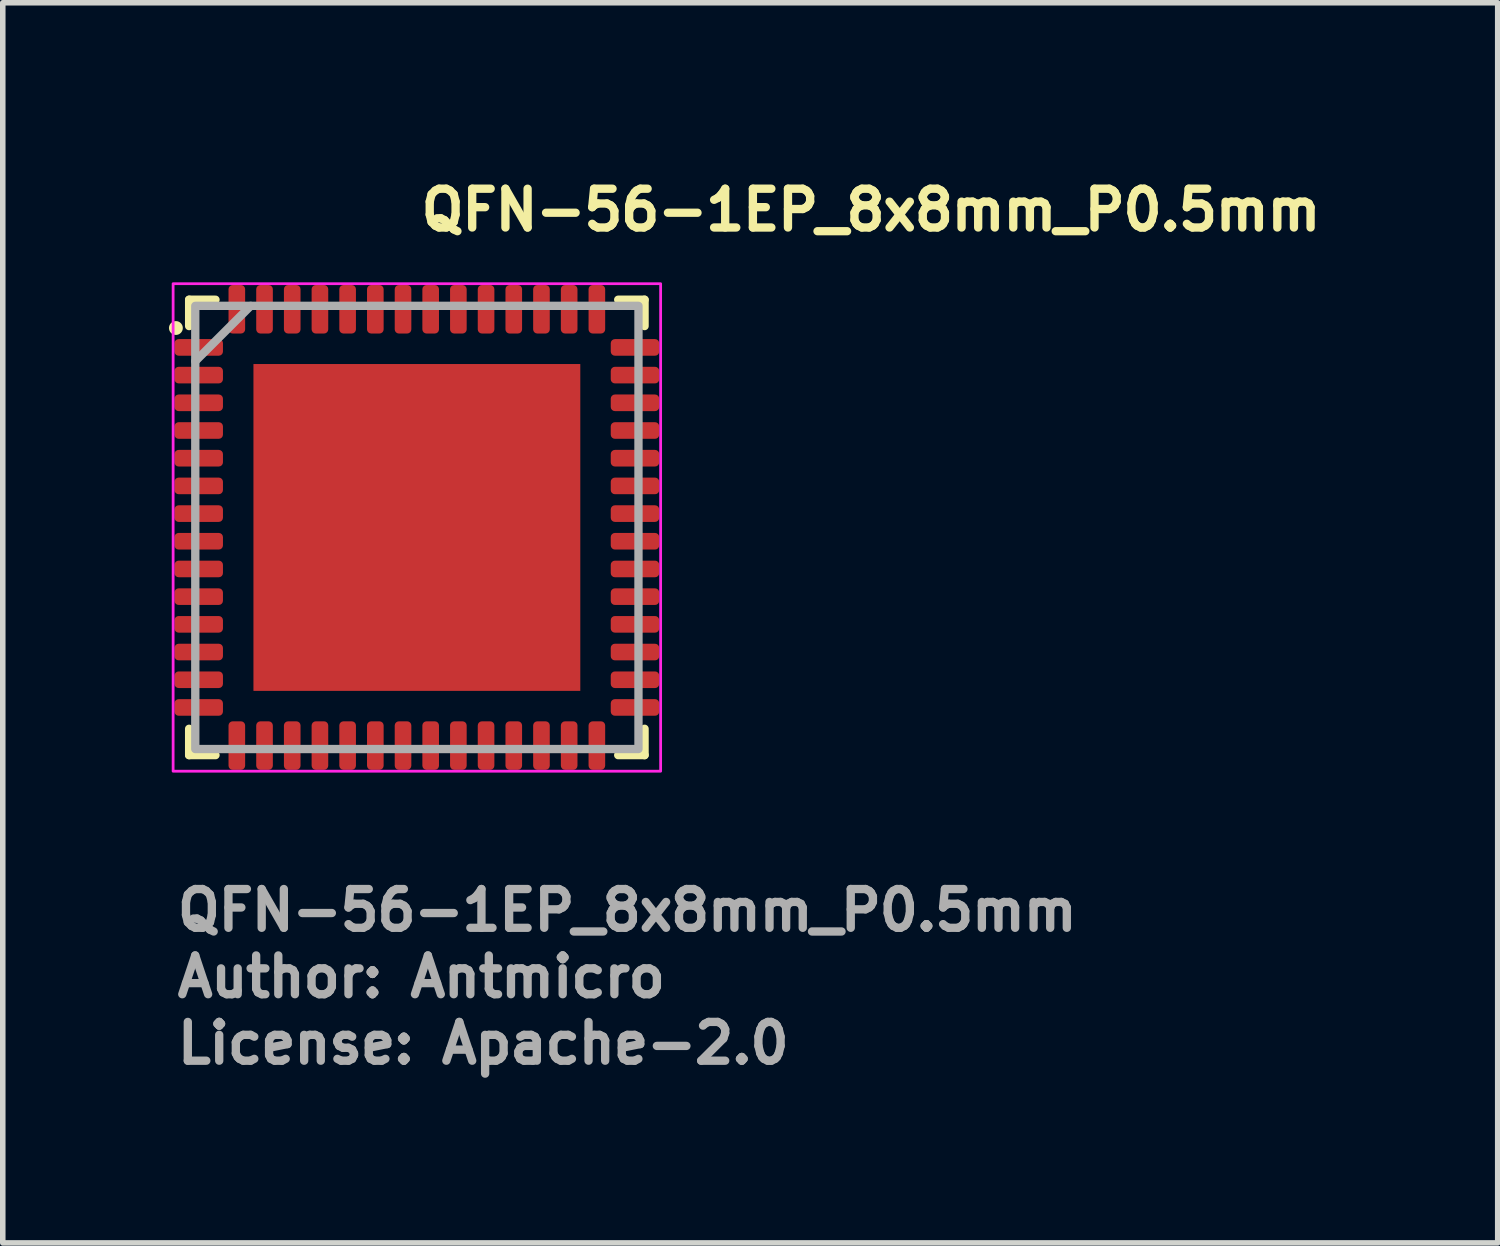
<source format=kicad_pcb>
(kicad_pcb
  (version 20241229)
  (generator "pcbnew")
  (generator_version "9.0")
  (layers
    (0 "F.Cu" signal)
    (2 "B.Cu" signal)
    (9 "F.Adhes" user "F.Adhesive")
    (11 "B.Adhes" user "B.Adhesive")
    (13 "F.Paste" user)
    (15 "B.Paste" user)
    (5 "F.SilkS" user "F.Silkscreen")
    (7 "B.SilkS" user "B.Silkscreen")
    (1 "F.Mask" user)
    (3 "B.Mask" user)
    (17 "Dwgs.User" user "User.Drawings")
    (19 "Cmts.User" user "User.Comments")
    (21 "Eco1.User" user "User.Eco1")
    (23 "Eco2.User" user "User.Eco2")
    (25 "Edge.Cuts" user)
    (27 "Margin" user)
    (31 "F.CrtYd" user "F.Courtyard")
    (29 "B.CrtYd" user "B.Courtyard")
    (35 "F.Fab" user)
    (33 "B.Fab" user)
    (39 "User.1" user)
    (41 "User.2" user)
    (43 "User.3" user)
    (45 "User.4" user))
  (footprint "QFN-56-1EP_8x8mm_P0.5mm"
    (layer "F.Cu")
    (at 4.475 6.471)
    (property "Reference" "QFN-56-1EP_8x8mm_P0.5mm" (at 0 -5.321 0) (layer "F.SilkS") (effects (font (size 0.7 0.7) (thickness 0.15)) (justify left bottom)))
    (attr smd)
    (fp_line (start -4.111 -3.635) (end -4.111 -4.111) (stroke (width 0.15) (type solid)) (layer "F.SilkS"))
    (fp_line (start -4.111 4.11) (end -4.111 3.634) (stroke (width 0.15) (type solid)) (layer "F.SilkS"))
    (fp_line (start -3.635 -4.111) (end -4.111 -4.111) (stroke (width 0.15) (type solid)) (layer "F.SilkS"))
    (fp_line (start -3.635 4.11) (end -4.111 4.11) (stroke (width 0.15) (type solid)) (layer "F.SilkS"))
    (fp_line (start 3.634 -4.111) (end 4.11 -4.111) (stroke (width 0.15) (type solid)) (layer "F.SilkS"))
    (fp_line (start 3.634 4.11) (end 4.11 4.11) (stroke (width 0.15) (type solid)) (layer "F.SilkS"))
    (fp_line (start 4.11 -4.111) (end 4.11 -3.635) (stroke (width 0.15) (type solid)) (layer "F.SilkS"))
    (fp_line (start 4.11 4.11) (end 4.11 3.634) (stroke (width 0.15) (type solid)) (layer "F.SilkS"))
    (fp_circle (center -4.35 -3.6) (end -4.3 -3.6) (stroke (width 0.15) (type solid)) (fill yes) (layer "F.SilkS"))
    (fp_rect (start 4.4 4.4) (end -4.4 -4.4) (stroke (width 0.05) (type solid)) (fill no) (layer "F.CrtYd"))
    (fp_line (start -4 -3) (end -3 -4) (stroke (width 0.15) (type solid)) (layer "F.Fab"))
    (fp_rect (start 4 4) (end -4 -4) (stroke (width 0.15) (type solid)) (fill no) (layer "F.Fab"))
    (fp_rect (start -4.05 -4.05) (end 4.05 4.05) (stroke (width 0.15) (type solid)) (fill no) (layer "User.5"))
    (fp_line (start -4.05 -3.375) (end -4 -3.375) (stroke (width 0.01) (type solid)) (layer "User.9"))
    (fp_line (start -4.05 -3.125) (end -4.05 -3.375) (stroke (width 0.01) (type solid)) (layer "User.9"))
    (fp_line (start -4.05 -3.125) (end -4 -3.125) (stroke (width 0.01) (type solid)) (layer "User.9"))
    (fp_line (start -4.05 -2.875) (end -4 -2.875) (stroke (width 0.01) (type solid)) (layer "User.9"))
    (fp_line (start -4.05 -2.625) (end -4.05 -2.875) (stroke (width 0.01) (type solid)) (layer "User.9"))
    (fp_line (start -4.05 -2.625) (end -4 -2.625) (stroke (width 0.01) (type solid)) (layer "User.9"))
    (fp_line (start -4.05 -2.375) (end -4 -2.375) (stroke (width 0.01) (type solid)) (layer "User.9"))
    (fp_line (start -4.05 -2.125) (end -4.05 -2.375) (stroke (width 0.01) (type solid)) (layer "User.9"))
    (fp_line (start -4.05 -2.125) (end -4 -2.125) (stroke (width 0.01) (type solid)) (layer "User.9"))
    (fp_line (start -4.05 -1.875) (end -4 -1.875) (stroke (width 0.01) (type solid)) (layer "User.9"))
    (fp_line (start -4.05 -1.625) (end -4.05 -1.875) (stroke (width 0.01) (type solid)) (layer "User.9"))
    (fp_line (start -4.05 -1.625) (end -4 -1.625) (stroke (width 0.01) (type solid)) (layer "User.9"))
    (fp_line (start -4.05 -1.375) (end -4 -1.375) (stroke (width 0.01) (type solid)) (layer "User.9"))
    (fp_line (start -4.05 -1.125) (end -4.05 -1.375) (stroke (width 0.01) (type solid)) (layer "User.9"))
    (fp_line (start -4.05 -1.125) (end -4 -1.125) (stroke (width 0.01) (type solid)) (layer "User.9"))
    (fp_line (start -4.05 -0.875) (end -4 -0.875) (stroke (width 0.01) (type solid)) (layer "User.9"))
    (fp_line (start -4.05 -0.625) (end -4.05 -0.875) (stroke (width 0.01) (type solid)) (layer "User.9"))
    (fp_line (start -4.05 -0.625) (end -4 -0.625) (stroke (width 0.01) (type solid)) (layer "User.9"))
    (fp_line (start -4.05 -0.375) (end -4 -0.375) (stroke (width 0.01) (type solid)) (layer "User.9"))
    (fp_line (start -4.05 -0.125) (end -4.05 -0.375) (stroke (width 0.01) (type solid)) (layer "User.9"))
    (fp_line (start -4.05 -0.125) (end -4 -0.125) (stroke (width 0.01) (type solid)) (layer "User.9"))
    (fp_line (start -4.05 0.125) (end -4 0.125) (stroke (width 0.01) (type solid)) (layer "User.9"))
    (fp_line (start -4.05 0.375) (end -4.05 0.125) (stroke (width 0.01) (type solid)) (layer "User.9"))
    (fp_line (start -4.05 0.375) (end -4 0.375) (stroke (width 0.01) (type solid)) (layer "User.9"))
    (fp_line (start -4.05 0.625) (end -4 0.625) (stroke (width 0.01) (type solid)) (layer "User.9"))
    (fp_line (start -4.05 0.875) (end -4.05 0.625) (stroke (width 0.01) (type solid)) (layer "User.9"))
    (fp_line (start -4.05 0.875) (end -4 0.875) (stroke (width 0.01) (type solid)) (layer "User.9"))
    (fp_line (start -4.05 1.125) (end -4 1.125) (stroke (width 0.01) (type solid)) (layer "User.9"))
    (fp_line (start -4.05 1.375) (end -4.05 1.125) (stroke (width 0.01) (type solid)) (layer "User.9"))
    (fp_line (start -4.05 1.375) (end -4 1.375) (stroke (width 0.01) (type solid)) (layer "User.9"))
    (fp_line (start -4.05 1.625) (end -4 1.625) (stroke (width 0.01) (type solid)) (layer "User.9"))
    (fp_line (start -4.05 1.875) (end -4.05 1.625) (stroke (width 0.01) (type solid)) (layer "User.9"))
    (fp_line (start -4.05 1.875) (end -4 1.875) (stroke (width 0.01) (type solid)) (layer "User.9"))
    (fp_line (start -4.05 2.125) (end -4 2.125) (stroke (width 0.01) (type solid)) (layer "User.9"))
    (fp_line (start -4.05 2.375) (end -4.05 2.125) (stroke (width 0.01) (type solid)) (layer "User.9"))
    (fp_line (start -4.05 2.375) (end -4 2.375) (stroke (width 0.01) (type solid)) (layer "User.9"))
    (fp_line (start -4.05 2.625) (end -4 2.625) (stroke (width 0.01) (type solid)) (layer "User.9"))
    (fp_line (start -4.05 2.875) (end -4.05 2.625) (stroke (width 0.01) (type solid)) (layer "User.9"))
    (fp_line (start -4.05 2.875) (end -4 2.875) (stroke (width 0.01) (type solid)) (layer "User.9"))
    (fp_line (start -4.05 3.125) (end -4 3.125) (stroke (width 0.01) (type solid)) (layer "User.9"))
    (fp_line (start -4.05 3.375) (end -4.05 3.125) (stroke (width 0.01) (type solid)) (layer "User.9"))
    (fp_line (start -4.05 3.375) (end -4 3.375) (stroke (width 0.01) (type solid)) (layer "User.9"))
    (fp_line (start -4 -4) (end 4 -4) (stroke (width 0.01) (type solid)) (layer "User.9"))
    (fp_line (start -4 4) (end -4 -4) (stroke (width 0.01) (type solid)) (layer "User.9"))
    (fp_line (start -4 4) (end 4 4) (stroke (width 0.01) (type solid)) (layer "User.9"))
    (fp_line (start -3.375 -4.05) (end -3.375 -4) (stroke (width 0.01) (type solid)) (layer "User.9"))
    (fp_line (start -3.375 -4.05) (end -3.125 -4.05) (stroke (width 0.01) (type solid)) (layer "User.9"))
    (fp_line (start -3.375 4.05) (end -3.375 4) (stroke (width 0.01) (type solid)) (layer "User.9"))
    (fp_line (start -3.375 4.05) (end -3.125 4.05) (stroke (width 0.01) (type solid)) (layer "User.9"))
    (fp_line (start -3.125 -4.05) (end -3.125 -4) (stroke (width 0.01) (type solid)) (layer "User.9"))
    (fp_line (start -3.125 4.05) (end -3.125 4) (stroke (width 0.01) (type solid)) (layer "User.9"))
    (fp_line (start -2.875 -4.05) (end -2.875 -4) (stroke (width 0.01) (type solid)) (layer "User.9"))
    (fp_line (start -2.875 -4.05) (end -2.625 -4.05) (stroke (width 0.01) (type solid)) (layer "User.9"))
    (fp_line (start -2.875 4.05) (end -2.875 4) (stroke (width 0.01) (type solid)) (layer "User.9"))
    (fp_line (start -2.875 4.05) (end -2.625 4.05) (stroke (width 0.01) (type solid)) (layer "User.9"))
    (fp_line (start -2.625 -4.05) (end -2.625 -4) (stroke (width 0.01) (type solid)) (layer "User.9"))
    (fp_line (start -2.625 4.05) (end -2.625 4) (stroke (width 0.01) (type solid)) (layer "User.9"))
    (fp_line (start -2.375 -4.05) (end -2.375 -4) (stroke (width 0.01) (type solid)) (layer "User.9"))
    (fp_line (start -2.375 -4.05) (end -2.125 -4.05) (stroke (width 0.01) (type solid)) (layer "User.9"))
    (fp_line (start -2.375 4.05) (end -2.375 4) (stroke (width 0.01) (type solid)) (layer "User.9"))
    (fp_line (start -2.375 4.05) (end -2.125 4.05) (stroke (width 0.01) (type solid)) (layer "User.9"))
    (fp_line (start -2.125 -4.05) (end -2.125 -4) (stroke (width 0.01) (type solid)) (layer "User.9"))
    (fp_line (start -2.125 4.05) (end -2.125 4) (stroke (width 0.01) (type solid)) (layer "User.9"))
    (fp_line (start -1.875 -4.05) (end -1.875 -4) (stroke (width 0.01) (type solid)) (layer "User.9"))
    (fp_line (start -1.875 -4.05) (end -1.625 -4.05) (stroke (width 0.01) (type solid)) (layer "User.9"))
    (fp_line (start -1.875 4.05) (end -1.875 4) (stroke (width 0.01) (type solid)) (layer "User.9"))
    (fp_line (start -1.875 4.05) (end -1.625 4.05) (stroke (width 0.01) (type solid)) (layer "User.9"))
    (fp_line (start -1.625 -4.05) (end -1.625 -4) (stroke (width 0.01) (type solid)) (layer "User.9"))
    (fp_line (start -1.625 4.05) (end -1.625 4) (stroke (width 0.01) (type solid)) (layer "User.9"))
    (fp_line (start -1.375 -4.05) (end -1.375 -4) (stroke (width 0.01) (type solid)) (layer "User.9"))
    (fp_line (start -1.375 -4.05) (end -1.125 -4.05) (stroke (width 0.01) (type solid)) (layer "User.9"))
    (fp_line (start -1.375 4.05) (end -1.375 4) (stroke (width 0.01) (type solid)) (layer "User.9"))
    (fp_line (start -1.375 4.05) (end -1.125 4.05) (stroke (width 0.01) (type solid)) (layer "User.9"))
    (fp_line (start -1.125 -4.05) (end -1.125 -4) (stroke (width 0.01) (type solid)) (layer "User.9"))
    (fp_line (start -1.125 4.05) (end -1.125 4) (stroke (width 0.01) (type solid)) (layer "User.9"))
    (fp_line (start -0.875 -4.05) (end -0.875 -4) (stroke (width 0.01) (type solid)) (layer "User.9"))
    (fp_line (start -0.875 -4.05) (end -0.625 -4.05) (stroke (width 0.01) (type solid)) (layer "User.9"))
    (fp_line (start -0.875 4.05) (end -0.875 4) (stroke (width 0.01) (type solid)) (layer "User.9"))
    (fp_line (start -0.875 4.05) (end -0.625 4.05) (stroke (width 0.01) (type solid)) (layer "User.9"))
    (fp_line (start -0.625 -4.05) (end -0.625 -4) (stroke (width 0.01) (type solid)) (layer "User.9"))
    (fp_line (start -0.625 4.05) (end -0.625 4) (stroke (width 0.01) (type solid)) (layer "User.9"))
    (fp_line (start -0.375 -4.05) (end -0.375 -4) (stroke (width 0.01) (type solid)) (layer "User.9"))
    (fp_line (start -0.375 -4.05) (end -0.125 -4.05) (stroke (width 0.01) (type solid)) (layer "User.9"))
    (fp_line (start -0.375 4.05) (end -0.375 4) (stroke (width 0.01) (type solid)) (layer "User.9"))
    (fp_line (start -0.375 4.05) (end -0.125 4.05) (stroke (width 0.01) (type solid)) (layer "User.9"))
    (fp_line (start -0.125 -4.05) (end -0.125 -4) (stroke (width 0.01) (type solid)) (layer "User.9"))
    (fp_line (start -0.125 4.05) (end -0.125 4) (stroke (width 0.01) (type solid)) (layer "User.9"))
    (fp_line (start 0.125 -4.05) (end 0.125 -4) (stroke (width 0.01) (type solid)) (layer "User.9"))
    (fp_line (start 0.125 -4.05) (end 0.375 -4.05) (stroke (width 0.01) (type solid)) (layer "User.9"))
    (fp_line (start 0.125 4.05) (end 0.125 4) (stroke (width 0.01) (type solid)) (layer "User.9"))
    (fp_line (start 0.125 4.05) (end 0.375 4.05) (stroke (width 0.01) (type solid)) (layer "User.9"))
    (fp_line (start 0.375 -4.05) (end 0.375 -4) (stroke (width 0.01) (type solid)) (layer "User.9"))
    (fp_line (start 0.375 4.05) (end 0.375 4) (stroke (width 0.01) (type solid)) (layer "User.9"))
    (fp_line (start 0.625 -4.05) (end 0.625 -4) (stroke (width 0.01) (type solid)) (layer "User.9"))
    (fp_line (start 0.625 -4.05) (end 0.875 -4.05) (stroke (width 0.01) (type solid)) (layer "User.9"))
    (fp_line (start 0.625 4.05) (end 0.625 4) (stroke (width 0.01) (type solid)) (layer "User.9"))
    (fp_line (start 0.625 4.05) (end 0.875 4.05) (stroke (width 0.01) (type solid)) (layer "User.9"))
    (fp_line (start 0.875 -4.05) (end 0.875 -4) (stroke (width 0.01) (type solid)) (layer "User.9"))
    (fp_line (start 0.875 4.05) (end 0.875 4) (stroke (width 0.01) (type solid)) (layer "User.9"))
    (fp_line (start 1.125 -4.05) (end 1.125 -4) (stroke (width 0.01) (type solid)) (layer "User.9"))
    (fp_line (start 1.125 -4.05) (end 1.375 -4.05) (stroke (width 0.01) (type solid)) (layer "User.9"))
    (fp_line (start 1.125 4.05) (end 1.125 4) (stroke (width 0.01) (type solid)) (layer "User.9"))
    (fp_line (start 1.125 4.05) (end 1.375 4.05) (stroke (width 0.01) (type solid)) (layer "User.9"))
    (fp_line (start 1.375 -4.05) (end 1.375 -4) (stroke (width 0.01) (type solid)) (layer "User.9"))
    (fp_line (start 1.375 4.05) (end 1.375 4) (stroke (width 0.01) (type solid)) (layer "User.9"))
    (fp_line (start 1.625 -4.05) (end 1.625 -4) (stroke (width 0.01) (type solid)) (layer "User.9"))
    (fp_line (start 1.625 -4.05) (end 1.875 -4.05) (stroke (width 0.01) (type solid)) (layer "User.9"))
    (fp_line (start 1.625 4.05) (end 1.625 4) (stroke (width 0.01) (type solid)) (layer "User.9"))
    (fp_line (start 1.625 4.05) (end 1.875 4.05) (stroke (width 0.01) (type solid)) (layer "User.9"))
    (fp_line (start 1.875 -4.05) (end 1.875 -4) (stroke (width 0.01) (type solid)) (layer "User.9"))
    (fp_line (start 1.875 4.05) (end 1.875 4) (stroke (width 0.01) (type solid)) (layer "User.9"))
    (fp_line (start 2.125 -4.05) (end 2.125 -4) (stroke (width 0.01) (type solid)) (layer "User.9"))
    (fp_line (start 2.125 -4.05) (end 2.375 -4.05) (stroke (width 0.01) (type solid)) (layer "User.9"))
    (fp_line (start 2.125 4.05) (end 2.125 4) (stroke (width 0.01) (type solid)) (layer "User.9"))
    (fp_line (start 2.125 4.05) (end 2.375 4.05) (stroke (width 0.01) (type solid)) (layer "User.9"))
    (fp_line (start 2.375 -4.05) (end 2.375 -4) (stroke (width 0.01) (type solid)) (layer "User.9"))
    (fp_line (start 2.375 4.05) (end 2.375 4) (stroke (width 0.01) (type solid)) (layer "User.9"))
    (fp_line (start 2.625 -4.05) (end 2.625 -4) (stroke (width 0.01) (type solid)) (layer "User.9"))
    (fp_line (start 2.625 -4.05) (end 2.875 -4.05) (stroke (width 0.01) (type solid)) (layer "User.9"))
    (fp_line (start 2.625 4.05) (end 2.625 4) (stroke (width 0.01) (type solid)) (layer "User.9"))
    (fp_line (start 2.625 4.05) (end 2.875 4.05) (stroke (width 0.01) (type solid)) (layer "User.9"))
    (fp_line (start 2.875 -4.05) (end 2.875 -4) (stroke (width 0.01) (type solid)) (layer "User.9"))
    (fp_line (start 2.875 4.05) (end 2.875 4) (stroke (width 0.01) (type solid)) (layer "User.9"))
    (fp_line (start 3.125 -4.05) (end 3.125 -4) (stroke (width 0.01) (type solid)) (layer "User.9"))
    (fp_line (start 3.125 -4.05) (end 3.375 -4.05) (stroke (width 0.01) (type solid)) (layer "User.9"))
    (fp_line (start 3.125 4.05) (end 3.125 4) (stroke (width 0.01) (type solid)) (layer "User.9"))
    (fp_line (start 3.125 4.05) (end 3.375 4.05) (stroke (width 0.01) (type solid)) (layer "User.9"))
    (fp_line (start 3.375 -4.05) (end 3.375 -4) (stroke (width 0.01) (type solid)) (layer "User.9"))
    (fp_line (start 3.375 4.05) (end 3.375 4) (stroke (width 0.01) (type solid)) (layer "User.9"))
    (fp_line (start 4 4) (end 4 -4) (stroke (width 0.01) (type solid)) (layer "User.9"))
    (fp_line (start 4.05 -3.375) (end 4 -3.375) (stroke (width 0.01) (type solid)) (layer "User.9"))
    (fp_line (start 4.05 -3.125) (end 4 -3.125) (stroke (width 0.01) (type solid)) (layer "User.9"))
    (fp_line (start 4.05 -3.125) (end 4.05 -3.375) (stroke (width 0.01) (type solid)) (layer "User.9"))
    (fp_line (start 4.05 -2.875) (end 4 -2.875) (stroke (width 0.01) (type solid)) (layer "User.9"))
    (fp_line (start 4.05 -2.625) (end 4 -2.625) (stroke (width 0.01) (type solid)) (layer "User.9"))
    (fp_line (start 4.05 -2.625) (end 4.05 -2.875) (stroke (width 0.01) (type solid)) (layer "User.9"))
    (fp_line (start 4.05 -2.375) (end 4 -2.375) (stroke (width 0.01) (type solid)) (layer "User.9"))
    (fp_line (start 4.05 -2.125) (end 4 -2.125) (stroke (width 0.01) (type solid)) (layer "User.9"))
    (fp_line (start 4.05 -2.125) (end 4.05 -2.375) (stroke (width 0.01) (type solid)) (layer "User.9"))
    (fp_line (start 4.05 -1.875) (end 4 -1.875) (stroke (width 0.01) (type solid)) (layer "User.9"))
    (fp_line (start 4.05 -1.625) (end 4 -1.625) (stroke (width 0.01) (type solid)) (layer "User.9"))
    (fp_line (start 4.05 -1.625) (end 4.05 -1.875) (stroke (width 0.01) (type solid)) (layer "User.9"))
    (fp_line (start 4.05 -1.375) (end 4 -1.375) (stroke (width 0.01) (type solid)) (layer "User.9"))
    (fp_line (start 4.05 -1.125) (end 4 -1.125) (stroke (width 0.01) (type solid)) (layer "User.9"))
    (fp_line (start 4.05 -1.125) (end 4.05 -1.375) (stroke (width 0.01) (type solid)) (layer "User.9"))
    (fp_line (start 4.05 -0.875) (end 4 -0.875) (stroke (width 0.01) (type solid)) (layer "User.9"))
    (fp_line (start 4.05 -0.625) (end 4 -0.625) (stroke (width 0.01) (type solid)) (layer "User.9"))
    (fp_line (start 4.05 -0.625) (end 4.05 -0.875) (stroke (width 0.01) (type solid)) (layer "User.9"))
    (fp_line (start 4.05 -0.375) (end 4 -0.375) (stroke (width 0.01) (type solid)) (layer "User.9"))
    (fp_line (start 4.05 -0.125) (end 4 -0.125) (stroke (width 0.01) (type solid)) (layer "User.9"))
    (fp_line (start 4.05 -0.125) (end 4.05 -0.375) (stroke (width 0.01) (type solid)) (layer "User.9"))
    (fp_line (start 4.05 0.125) (end 4 0.125) (stroke (width 0.01) (type solid)) (layer "User.9"))
    (fp_line (start 4.05 0.375) (end 4 0.375) (stroke (width 0.01) (type solid)) (layer "User.9"))
    (fp_line (start 4.05 0.375) (end 4.05 0.125) (stroke (width 0.01) (type solid)) (layer "User.9"))
    (fp_line (start 4.05 0.625) (end 4 0.625) (stroke (width 0.01) (type solid)) (layer "User.9"))
    (fp_line (start 4.05 0.875) (end 4 0.875) (stroke (width 0.01) (type solid)) (layer "User.9"))
    (fp_line (start 4.05 0.875) (end 4.05 0.625) (stroke (width 0.01) (type solid)) (layer "User.9"))
    (fp_line (start 4.05 1.125) (end 4 1.125) (stroke (width 0.01) (type solid)) (layer "User.9"))
    (fp_line (start 4.05 1.375) (end 4 1.375) (stroke (width 0.01) (type solid)) (layer "User.9"))
    (fp_line (start 4.05 1.375) (end 4.05 1.125) (stroke (width 0.01) (type solid)) (layer "User.9"))
    (fp_line (start 4.05 1.625) (end 4 1.625) (stroke (width 0.01) (type solid)) (layer "User.9"))
    (fp_line (start 4.05 1.875) (end 4 1.875) (stroke (width 0.01) (type solid)) (layer "User.9"))
    (fp_line (start 4.05 1.875) (end 4.05 1.625) (stroke (width 0.01) (type solid)) (layer "User.9"))
    (fp_line (start 4.05 2.125) (end 4 2.125) (stroke (width 0.01) (type solid)) (layer "User.9"))
    (fp_line (start 4.05 2.375) (end 4 2.375) (stroke (width 0.01) (type solid)) (layer "User.9"))
    (fp_line (start 4.05 2.375) (end 4.05 2.125) (stroke (width 0.01) (type solid)) (layer "User.9"))
    (fp_line (start 4.05 2.625) (end 4 2.625) (stroke (width 0.01) (type solid)) (layer "User.9"))
    (fp_line (start 4.05 2.875) (end 4 2.875) (stroke (width 0.01) (type solid)) (layer "User.9"))
    (fp_line (start 4.05 2.875) (end 4.05 2.625) (stroke (width 0.01) (type solid)) (layer "User.9"))
    (fp_line (start 4.05 3.125) (end 4 3.125) (stroke (width 0.01) (type solid)) (layer "User.9"))
    (fp_line (start 4.05 3.375) (end 4 3.375) (stroke (width 0.01) (type solid)) (layer "User.9"))
    (fp_line (start 4.05 3.375) (end 4.05 3.125) (stroke (width 0.01) (type solid)) (layer "User.9"))
    (fp_circle (center -3.1 -3.1) (end -2.8 -3.1) (stroke (width 0.02) (type solid)) (fill no) (layer "User.9"))
    (fp_text user "Author: Antmicro" (at -4.4 8.519 0) (layer "F.Fab") (effects (font (size 0.7 0.7) (thickness 0.15)) (justify left bottom)))
    (fp_text user "License: Apache-2.0" (at -4.4 9.719 0) (layer "F.Fab") (effects (font (size 0.7 0.7) (thickness 0.15)) (justify left bottom)))
    (fp_text user "${REFERENCE}" (at -4.4 7.32 0) (layer "F.Fab") (effects (font (size 0.7 0.7) (thickness 0.15)) (justify left bottom)))
    (pad "" smd roundrect (at -2.101 -2.101) (size 1.13 1.13) (layers "F.Paste") (roundrect_rratio 0.221))
    (pad "" smd roundrect (at -2.101 -0.7) (size 1.13 1.13) (layers "F.Paste") (roundrect_rratio 0.221))
    (pad "" smd roundrect (at -2.101 0.699) (size 1.13 1.13) (layers "F.Paste") (roundrect_rratio 0.221))
    (pad "" smd roundrect (at -2.101 2.1) (size 1.13 1.13) (layers "F.Paste") (roundrect_rratio 0.221))
    (pad "" smd roundrect (at -0.7 -2.101) (size 1.13 1.13) (layers "F.Paste") (roundrect_rratio 0.221))
    (pad "" smd roundrect (at -0.7 -0.7) (size 1.13 1.13) (layers "F.Paste") (roundrect_rratio 0.221))
    (pad "" smd roundrect (at -0.7 0.699) (size 1.13 1.13) (layers "F.Paste") (roundrect_rratio 0.221))
    (pad "" smd roundrect (at -0.7 2.1) (size 1.13 1.13) (layers "F.Paste") (roundrect_rratio 0.221))
    (pad "" smd roundrect (at 0.699 -2.101) (size 1.13 1.13) (layers "F.Paste") (roundrect_rratio 0.221))
    (pad "" smd roundrect (at 0.699 -0.7) (size 1.13 1.13) (layers "F.Paste") (roundrect_rratio 0.221))
    (pad "" smd roundrect (at 0.699 0.699) (size 1.13 1.13) (layers "F.Paste") (roundrect_rratio 0.221))
    (pad "" smd roundrect (at 0.699 2.1) (size 1.13 1.13) (layers "F.Paste") (roundrect_rratio 0.221))
    (pad "" smd roundrect (at 2.1 -2.101) (size 1.13 1.13) (layers "F.Paste") (roundrect_rratio 0.221))
    (pad "" smd roundrect (at 2.1 -0.7) (size 1.13 1.13) (layers "F.Paste") (roundrect_rratio 0.221))
    (pad "" smd roundrect (at 2.1 0.699) (size 1.13 1.13) (layers "F.Paste") (roundrect_rratio 0.221))
    (pad "" smd roundrect (at 2.1 2.1) (size 1.13 1.13) (layers "F.Paste") (roundrect_rratio 0.221))
    (pad "1" smd roundrect (at -3.938 -3.25) (size 0.875 0.3) (layers "F.Cu" "F.Mask" "F.Paste") (roundrect_rratio 0.25))
    (pad "2" smd roundrect (at -3.938 -2.75) (size 0.875 0.3) (layers "F.Cu" "F.Mask" "F.Paste") (roundrect_rratio 0.25))
    (pad "3" smd roundrect (at -3.938 -2.25) (size 0.875 0.3) (layers "F.Cu" "F.Mask" "F.Paste") (roundrect_rratio 0.25))
    (pad "4" smd roundrect (at -3.938 -1.75) (size 0.875 0.3) (layers "F.Cu" "F.Mask" "F.Paste") (roundrect_rratio 0.25))
    (pad "5" smd roundrect (at -3.938 -1.25) (size 0.875 0.3) (layers "F.Cu" "F.Mask" "F.Paste") (roundrect_rratio 0.25))
    (pad "6" smd roundrect (at -3.938 -0.75) (size 0.875 0.3) (layers "F.Cu" "F.Mask" "F.Paste") (roundrect_rratio 0.25))
    (pad "7" smd roundrect (at -3.938 -0.25) (size 0.875 0.3) (layers "F.Cu" "F.Mask" "F.Paste") (roundrect_rratio 0.25))
    (pad "8" smd roundrect (at -3.938 0.249) (size 0.875 0.3) (layers "F.Cu" "F.Mask" "F.Paste") (roundrect_rratio 0.25))
    (pad "9" smd roundrect (at -3.938 0.749) (size 0.875 0.3) (layers "F.Cu" "F.Mask" "F.Paste") (roundrect_rratio 0.25))
    (pad "10" smd roundrect (at -3.938 1.249) (size 0.875 0.3) (layers "F.Cu" "F.Mask" "F.Paste") (roundrect_rratio 0.25))
    (pad "11" smd roundrect (at -3.938 1.749) (size 0.875 0.3) (layers "F.Cu" "F.Mask" "F.Paste") (roundrect_rratio 0.25))
    (pad "12" smd roundrect (at -3.938 2.249) (size 0.875 0.3) (layers "F.Cu" "F.Mask" "F.Paste") (roundrect_rratio 0.25))
    (pad "13" smd roundrect (at -3.938 2.749) (size 0.875 0.3) (layers "F.Cu" "F.Mask" "F.Paste") (roundrect_rratio 0.25))
    (pad "14" smd roundrect (at -3.938 3.249) (size 0.875 0.3) (layers "F.Cu" "F.Mask" "F.Paste") (roundrect_rratio 0.25))
    (pad "15" smd roundrect (at -3.25 3.937 90) (size 0.875 0.3) (layers "F.Cu" "F.Mask" "F.Paste") (roundrect_rratio 0.25))
    (pad "16" smd roundrect (at -2.75 3.937 90) (size 0.875 0.3) (layers "F.Cu" "F.Mask" "F.Paste") (roundrect_rratio 0.25))
    (pad "17" smd roundrect (at -2.25 3.937 90) (size 0.875 0.3) (layers "F.Cu" "F.Mask" "F.Paste") (roundrect_rratio 0.25))
    (pad "18" smd roundrect (at -1.75 3.937 90) (size 0.875 0.3) (layers "F.Cu" "F.Mask" "F.Paste") (roundrect_rratio 0.25))
    (pad "19" smd roundrect (at -1.25 3.937 90) (size 0.875 0.3) (layers "F.Cu" "F.Mask" "F.Paste") (roundrect_rratio 0.25))
    (pad "20" smd roundrect (at -0.75 3.937 90) (size 0.875 0.3) (layers "F.Cu" "F.Mask" "F.Paste") (roundrect_rratio 0.25))
    (pad "21" smd roundrect (at -0.25 3.937 90) (size 0.875 0.3) (layers "F.Cu" "F.Mask" "F.Paste") (roundrect_rratio 0.25))
    (pad "22" smd roundrect (at 0.249 3.937 90) (size 0.875 0.3) (layers "F.Cu" "F.Mask" "F.Paste") (roundrect_rratio 0.25))
    (pad "23" smd roundrect (at 0.749 3.937 90) (size 0.875 0.3) (layers "F.Cu" "F.Mask" "F.Paste") (roundrect_rratio 0.25))
    (pad "24" smd roundrect (at 1.249 3.937 90) (size 0.875 0.3) (layers "F.Cu" "F.Mask" "F.Paste") (roundrect_rratio 0.25))
    (pad "25" smd roundrect (at 1.749 3.937 90) (size 0.875 0.3) (layers "F.Cu" "F.Mask" "F.Paste") (roundrect_rratio 0.25))
    (pad "26" smd roundrect (at 2.249 3.937 90) (size 0.875 0.3) (layers "F.Cu" "F.Mask" "F.Paste") (roundrect_rratio 0.25))
    (pad "27" smd roundrect (at 2.749 3.937 90) (size 0.875 0.3) (layers "F.Cu" "F.Mask" "F.Paste") (roundrect_rratio 0.25))
    (pad "28" smd roundrect (at 3.249 3.937 90) (size 0.875 0.3) (layers "F.Cu" "F.Mask" "F.Paste") (roundrect_rratio 0.25))
    (pad "29" smd roundrect (at 3.937 3.249) (size 0.875 0.3) (layers "F.Cu" "F.Mask" "F.Paste") (roundrect_rratio 0.25))
    (pad "30" smd roundrect (at 3.937 2.749) (size 0.875 0.3) (layers "F.Cu" "F.Mask" "F.Paste") (roundrect_rratio 0.25))
    (pad "31" smd roundrect (at 3.937 2.249) (size 0.875 0.3) (layers "F.Cu" "F.Mask" "F.Paste") (roundrect_rratio 0.25))
    (pad "32" smd roundrect (at 3.937 1.749) (size 0.875 0.3) (layers "F.Cu" "F.Mask" "F.Paste") (roundrect_rratio 0.25))
    (pad "33" smd roundrect (at 3.937 1.249) (size 0.875 0.3) (layers "F.Cu" "F.Mask" "F.Paste") (roundrect_rratio 0.25))
    (pad "34" smd roundrect (at 3.937 0.749) (size 0.875 0.3) (layers "F.Cu" "F.Mask" "F.Paste") (roundrect_rratio 0.25))
    (pad "35" smd roundrect (at 3.937 0.249) (size 0.875 0.3) (layers "F.Cu" "F.Mask" "F.Paste") (roundrect_rratio 0.25))
    (pad "36" smd roundrect (at 3.937 -0.25) (size 0.875 0.3) (layers "F.Cu" "F.Mask" "F.Paste") (roundrect_rratio 0.25))
    (pad "37" smd roundrect (at 3.937 -0.75) (size 0.875 0.3) (layers "F.Cu" "F.Mask" "F.Paste") (roundrect_rratio 0.25))
    (pad "38" smd roundrect (at 3.937 -1.25) (size 0.875 0.3) (layers "F.Cu" "F.Mask" "F.Paste") (roundrect_rratio 0.25))
    (pad "39" smd roundrect (at 3.937 -1.75) (size 0.875 0.3) (layers "F.Cu" "F.Mask" "F.Paste") (roundrect_rratio 0.25))
    (pad "40" smd roundrect (at 3.937 -2.25) (size 0.875 0.3) (layers "F.Cu" "F.Mask" "F.Paste") (roundrect_rratio 0.25))
    (pad "41" smd roundrect (at 3.937 -2.75) (size 0.875 0.3) (layers "F.Cu" "F.Mask" "F.Paste") (roundrect_rratio 0.25))
    (pad "42" smd roundrect (at 3.937 -3.25) (size 0.875 0.3) (layers "F.Cu" "F.Mask" "F.Paste") (roundrect_rratio 0.25))
    (pad "43" smd roundrect (at 3.249 -3.938 90) (size 0.875 0.3) (layers "F.Cu" "F.Mask" "F.Paste") (roundrect_rratio 0.25))
    (pad "44" smd roundrect (at 2.749 -3.938 90) (size 0.875 0.3) (layers "F.Cu" "F.Mask" "F.Paste") (roundrect_rratio 0.25))
    (pad "45" smd roundrect (at 2.249 -3.938 90) (size 0.875 0.3) (layers "F.Cu" "F.Mask" "F.Paste") (roundrect_rratio 0.25))
    (pad "46" smd roundrect (at 1.749 -3.938 90) (size 0.875 0.3) (layers "F.Cu" "F.Mask" "F.Paste") (roundrect_rratio 0.25))
    (pad "47" smd roundrect (at 1.249 -3.938 90) (size 0.875 0.3) (layers "F.Cu" "F.Mask" "F.Paste") (roundrect_rratio 0.25))
    (pad "48" smd roundrect (at 0.749 -3.938 90) (size 0.875 0.3) (layers "F.Cu" "F.Mask" "F.Paste") (roundrect_rratio 0.25))
    (pad "49" smd roundrect (at 0.249 -3.938 90) (size 0.875 0.3) (layers "F.Cu" "F.Mask" "F.Paste") (roundrect_rratio 0.25))
    (pad "50" smd roundrect (at -0.25 -3.938 90) (size 0.875 0.3) (layers "F.Cu" "F.Mask" "F.Paste") (roundrect_rratio 0.25))
    (pad "51" smd roundrect (at -0.75 -3.938 90) (size 0.875 0.3) (layers "F.Cu" "F.Mask" "F.Paste") (roundrect_rratio 0.25))
    (pad "52" smd roundrect (at -1.25 -3.938 90) (size 0.875 0.3) (layers "F.Cu" "F.Mask" "F.Paste") (roundrect_rratio 0.25))
    (pad "53" smd roundrect (at -1.75 -3.938 90) (size 0.875 0.3) (layers "F.Cu" "F.Mask" "F.Paste") (roundrect_rratio 0.25))
    (pad "54" smd roundrect (at -2.25 -3.938 90) (size 0.875 0.3) (layers "F.Cu" "F.Mask" "F.Paste") (roundrect_rratio 0.25))
    (pad "55" smd roundrect (at -2.75 -3.938 90) (size 0.875 0.3) (layers "F.Cu" "F.Mask" "F.Paste") (roundrect_rratio 0.25))
    (pad "56" smd roundrect (at -3.25 -3.938 90) (size 0.875 0.3) (layers "F.Cu" "F.Mask" "F.Paste") (roundrect_rratio 0.25))
    (pad "57" smd rect (at 0 0) (size 5.9 5.9) (layers "F.Cu" "F.Mask")))
  (gr_rect
    (start -3 -3)
    (end 23.985 19.386)
    (stroke (width 0.1) (type default))
    (fill no)
    (layer "Edge.Cuts")))
</source>
